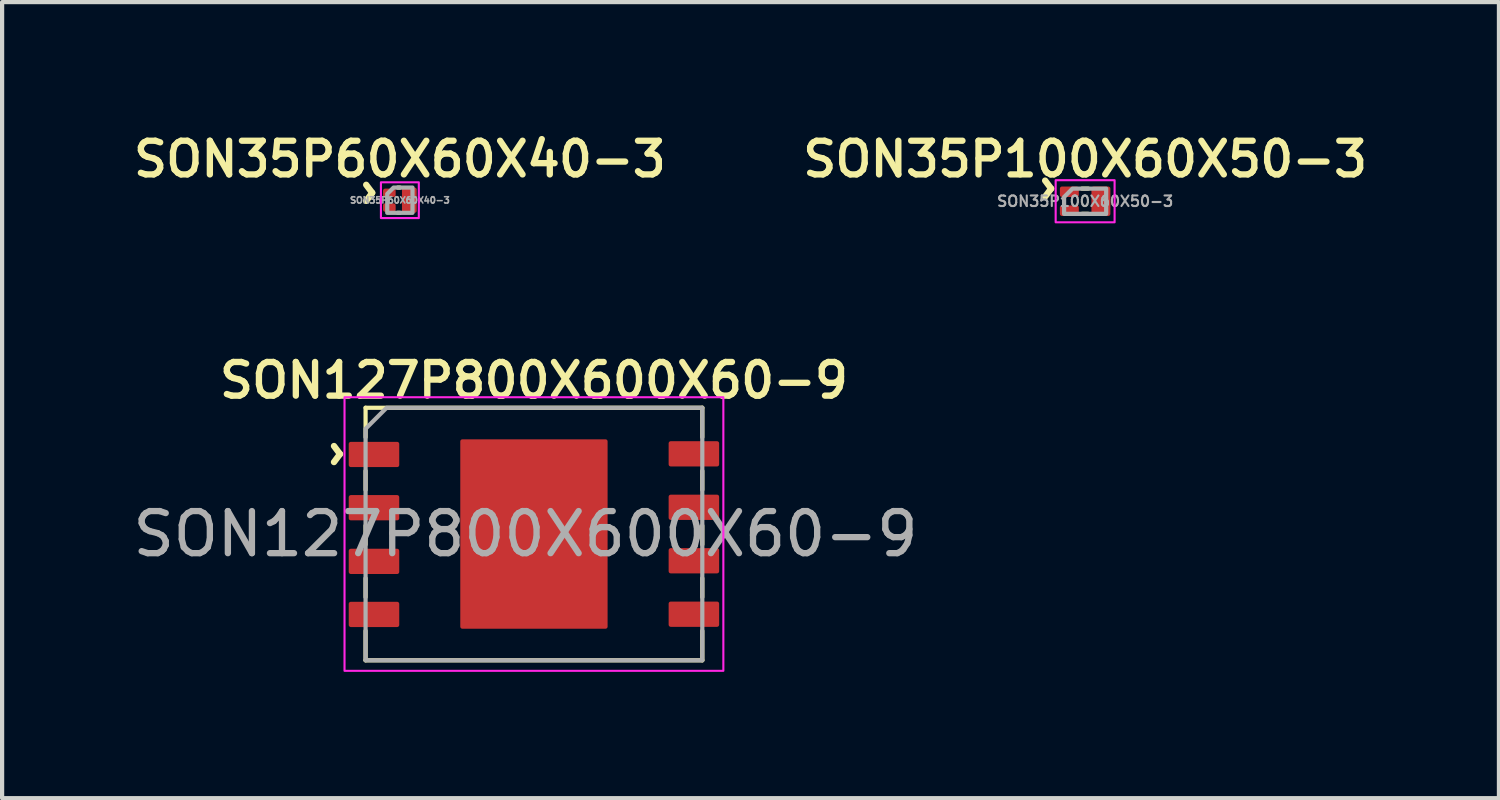
<source format=kicad_pcb>
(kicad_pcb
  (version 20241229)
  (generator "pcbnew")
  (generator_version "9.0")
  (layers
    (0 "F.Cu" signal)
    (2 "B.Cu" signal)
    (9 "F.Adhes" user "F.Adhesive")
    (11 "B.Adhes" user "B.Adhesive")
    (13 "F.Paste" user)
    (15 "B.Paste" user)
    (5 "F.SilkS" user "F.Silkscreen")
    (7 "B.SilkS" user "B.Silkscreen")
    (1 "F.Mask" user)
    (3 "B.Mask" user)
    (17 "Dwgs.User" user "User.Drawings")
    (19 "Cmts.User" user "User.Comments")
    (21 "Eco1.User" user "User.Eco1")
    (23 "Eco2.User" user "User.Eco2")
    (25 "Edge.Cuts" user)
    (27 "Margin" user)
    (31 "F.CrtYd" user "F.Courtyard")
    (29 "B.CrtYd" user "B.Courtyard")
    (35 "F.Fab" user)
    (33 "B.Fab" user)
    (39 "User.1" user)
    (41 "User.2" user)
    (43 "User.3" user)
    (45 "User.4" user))
  (footprint "SON127P800X600X60-9"
    (layer "F.Cu")
    (at 9.635 9.637)
    (property "Reference" "SON127P800X600X60-9" (at 0 -3.65 0) (unlocked yes) (layer "F.SilkS") (effects (font (size 0.8 0.8) (thickness 0.15))))
    (attr smd)
    (fp_line (start -4 -2.3) (end -4 -3) (stroke (width 0.1) (type default)) (layer "F.SilkS"))
    (fp_line (start -4 -3) (end 4 -3) (stroke (width 0.1) (type default)) (layer "F.SilkS"))
    (fp_line (start -4 -1.05) (end -4 -1.5) (stroke (width 0.1) (type default)) (layer "F.SilkS"))
    (fp_line (start -4 0.25) (end -4 -0.2) (stroke (width 0.1) (type default)) (layer "F.SilkS"))
    (fp_line (start -4 1.5) (end -4 1.05) (stroke (width 0.1) (type default)) (layer "F.SilkS"))
    (fp_line (start -4 2.3) (end -4 3) (stroke (width 0.1) (type default)) (layer "F.SilkS"))
    (fp_line (start 4 -2.3) (end 4 -3) (stroke (width 0.1) (type default)) (layer "F.SilkS"))
    (fp_line (start 4 -1.05) (end 4 -1.5) (stroke (width 0.1) (type default)) (layer "F.SilkS"))
    (fp_line (start 4 0.25) (end 4 -0.2) (stroke (width 0.1) (type default)) (layer "F.SilkS"))
    (fp_line (start 4 1.5) (end 4 1.05) (stroke (width 0.1) (type default)) (layer "F.SilkS"))
    (fp_line (start 4 3) (end -4 3) (stroke (width 0.1) (type default)) (layer "F.SilkS"))
    (fp_line (start 4 2.3) (end 4 3) (stroke (width 0.1) (type default)) (layer "F.SilkS"))
    (fp_rect (start -4.5 -3.25) (end 4.5 3.25) (stroke (width 0.05) (type default)) (fill no) (layer "F.CrtYd"))
    (fp_poly (pts (xy 4 3) (xy -4 3) (xy -4 -2.5) (xy -3.5 -3) (xy 4 -3)) (stroke (width 0.1) (type solid)) (fill no) (layer "F.Fab"))
    (fp_text user "^" (at -5.2 -1.9 270) (unlocked yes) (layer "F.SilkS") (effects (font (size 1 1) (thickness 0.15))))
    (fp_text user "${REFERENCE}" (at -0.2 0 0) (unlocked yes) (layer "F.Fab") (effects (font (size 1 1) (thickness 0.15))))
    (pad "" smd roundrect (at -1 -1.7) (size 1.5 1.1) (layers "F.Paste") (roundrect_rratio 0.045))
    (pad "" smd roundrect (at -1 0) (size 1.5 1.1) (layers "F.Paste") (roundrect_rratio 0.045))
    (pad "" smd roundrect (at -1 1.7) (size 1.5 1.1) (layers "F.Paste") (roundrect_rratio 0.045))
    (pad "" smd roundrect (at 1 -1.7) (size 1.5 1.1) (layers "F.Paste") (roundrect_rratio 0.045))
    (pad "" smd roundrect (at 1 0) (size 1.5 1.1) (layers "F.Paste") (roundrect_rratio 0.045))
    (pad "" smd roundrect (at 1 1.7) (size 1.5 1.1) (layers "F.Paste") (roundrect_rratio 0.045))
    (pad "1" smd roundrect (at -3.8 -1.89 270) (size 0.6 1.2) (layers "F.Cu" "F.Mask" "F.Paste") (roundrect_rratio 0.083))
    (pad "2" smd roundrect (at -3.8 -0.625 270) (size 0.6 1.2) (layers "F.Cu" "F.Mask" "F.Paste") (roundrect_rratio 0.083))
    (pad "3" smd roundrect (at -3.8 0.65 270) (size 0.6 1.2) (layers "F.Cu" "F.Mask" "F.Paste") (roundrect_rratio 0.083))
    (pad "4" smd roundrect (at -3.8 1.91 270) (size 0.6 1.2) (layers "F.Cu" "F.Mask" "F.Paste") (roundrect_rratio 0.083))
    (pad "5" smd roundrect (at 3.8 1.905 270) (size 0.6 1.2) (layers "F.Cu" "F.Mask" "F.Paste") (roundrect_rratio 0.083))
    (pad "6" smd roundrect (at 3.8 0.635 270) (size 0.6 1.2) (layers "F.Cu" "F.Mask" "F.Paste") (roundrect_rratio 0.083))
    (pad "7" smd roundrect (at 3.8 -0.635 270) (size 0.6 1.2) (layers "F.Cu" "F.Mask" "F.Paste") (roundrect_rratio 0.083))
    (pad "8" smd roundrect (at 3.8 -1.905 270) (size 0.6 1.2) (layers "F.Cu" "F.Mask" "F.Paste") (roundrect_rratio 0.083))
    (pad "9" smd roundrect (at 0 0) (size 3.5 4.5) (property pad_prop_heatsink) (layers "F.Cu" "F.Mask") (roundrect_rratio 0.014)))
  (footprint "SON35P60X60X40-3"
    (layer "F.Cu")
    (at 6.45 1.706)
    (property "Reference" "SON35P60X60X40-3" (at 0 -0.975 0) (layer "F.SilkS") (effects (font (size 0.8 0.8) (thickness 0.15))))
    (attr smd)
    (fp_line (start -0.05 -0.3) (end 0 -0.3) (stroke (width 0.1) (type default)) (layer "F.SilkS"))
    (fp_line (start 0 0.3) (end -0.05 0.3) (stroke (width 0.1) (type default)) (layer "F.SilkS"))
    (fp_rect (start -0.45 -0.425) (end 0.45 0.425) (stroke (width 0.05) (type default)) (fill no) (layer "F.CrtYd"))
    (fp_poly (pts (xy 0.3 -0.3) (xy 0.3 0.3) (xy -0.3 0.3) (xy -0.3 -0.15) (xy -0.15 -0.3)) (stroke (width 0.1) (type solid)) (fill no) (layer "F.Fab"))
    (fp_text user "^" (at -1.25 -0.175 270) (unlocked yes) (layer "F.SilkS") (effects (font (size 1 1) (thickness 0.15))))
    (fp_text user "${REFERENCE}" (at 0 0 0) (layer "F.Fab") (effects (font (size 0.15 0.15) (thickness 0.037))))
    (pad "1" smd roundrect (at -0.25 -0.175) (size 0.3 0.2) (layers "F.Cu" "F.Mask" "F.Paste") (roundrect_rratio 0.25))
    (pad "2" smd roundrect (at -0.25 0.175) (size 0.3 0.2) (layers "F.Cu" "F.Mask" "F.Paste") (roundrect_rratio 0.25))
    (pad "3" smd roundrect (at 0.225 0) (size 0.35 0.6) (layers "F.Cu" "F.Mask" "F.Paste") (roundrect_rratio 0.143)))
  (footprint "SON35P100X60X50-3"
    (layer "F.Cu")
    (at 22.73 1.731)
    (property "Reference" "SON35P100X60X50-3" (at 0 -1 0) (layer "F.SilkS") (effects (font (size 0.8 0.8) (thickness 0.15))))
    (attr smd)
    (fp_line (start -0.075 -0.3) (end 0.075 -0.3) (stroke (width 0.1) (type solid)) (layer "F.SilkS"))
    (fp_line (start 0.075 0.3) (end -0.075 0.3) (stroke (width 0.1) (type solid)) (layer "F.SilkS"))
    (fp_rect (start -0.7 -0.5) (end 0.7 0.5) (stroke (width 0.05) (type solid)) (fill no) (layer "F.CrtYd"))
    (fp_poly (pts (xy -0.5 -0.1) (xy -0.3 -0.3) (xy 0.5 -0.3) (xy 0.5 0.3) (xy -0.5 0.3)) (stroke (width 0.1) (type solid)) (fill no) (layer "F.Fab"))
    (fp_text user "^" (at -1.4 -0.3 270) (unlocked yes) (layer "F.SilkS") (effects (font (size 1 1) (thickness 0.15))))
    (fp_text user "${REFERENCE}" (at 0 0 0) (layer "F.Fab") (effects (font (size 0.25 0.25) (thickness 0.05))))
    (pad "1" smd roundrect (at -0.375 -0.225 270) (size 0.25 0.45) (layers "F.Cu" "F.Mask" "F.Paste") (roundrect_rratio 0.2))
    (pad "2" smd roundrect (at -0.375 0.225 270) (size 0.25 0.45) (layers "F.Cu" "F.Mask" "F.Paste") (roundrect_rratio 0.2))
    (pad "3" smd roundrect (at 0.375 0) (size 0.45 0.7) (layers "F.Cu" "F.Mask" "F.Paste") (roundrect_rratio 0.111)))
  (gr_rect
    (start -3 -3)
    (end 32.561 15.913)
    (stroke (width 0.1) (type default))
    (fill no)
    (layer "Edge.Cuts")))
</source>
